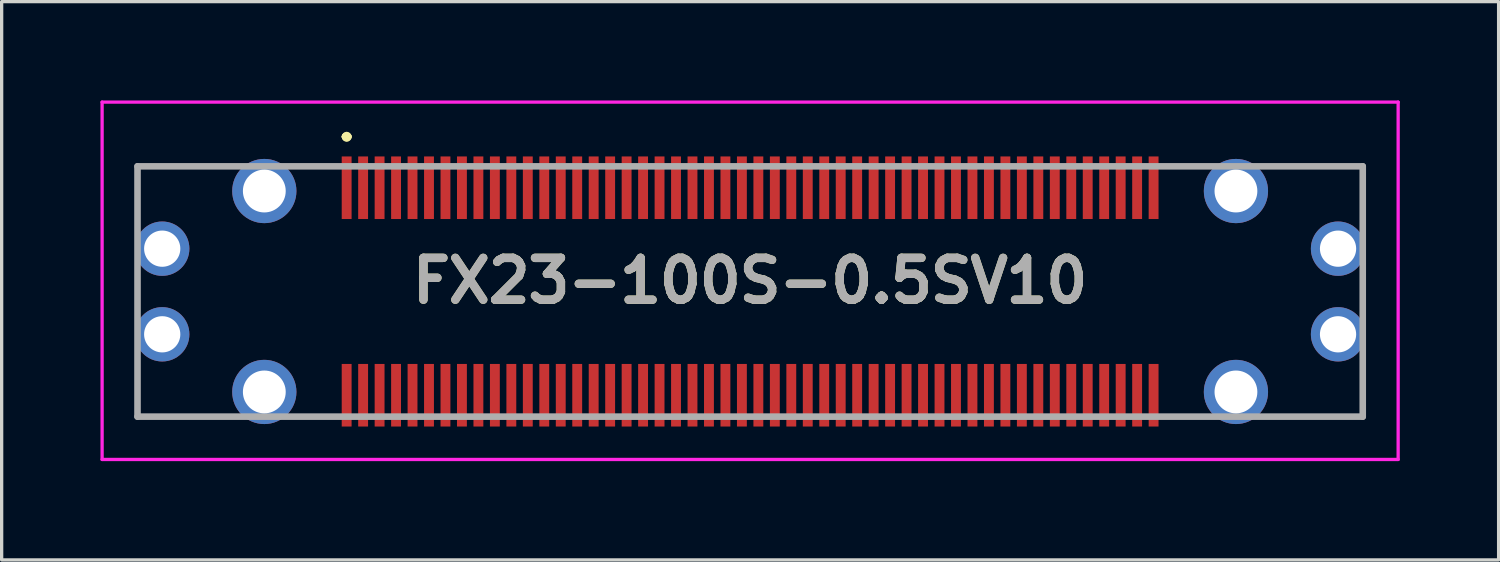
<source format=kicad_pcb>
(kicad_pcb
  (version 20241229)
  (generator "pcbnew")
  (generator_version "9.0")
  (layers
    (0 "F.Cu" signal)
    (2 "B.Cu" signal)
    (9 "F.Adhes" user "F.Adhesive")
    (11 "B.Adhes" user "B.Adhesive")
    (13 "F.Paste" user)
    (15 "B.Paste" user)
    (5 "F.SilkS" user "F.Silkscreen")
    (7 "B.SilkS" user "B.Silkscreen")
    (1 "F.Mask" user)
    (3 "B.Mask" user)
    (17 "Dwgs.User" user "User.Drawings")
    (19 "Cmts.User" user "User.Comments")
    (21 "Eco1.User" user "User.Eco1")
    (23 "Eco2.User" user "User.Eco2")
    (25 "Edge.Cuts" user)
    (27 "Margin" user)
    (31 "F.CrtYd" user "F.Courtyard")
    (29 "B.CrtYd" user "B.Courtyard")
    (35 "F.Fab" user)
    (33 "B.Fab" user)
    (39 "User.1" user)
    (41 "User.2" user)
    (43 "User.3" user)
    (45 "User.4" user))
  (footprint "FX23-100S-0.5SV10"
    (layer "F.Cu")
    (at 19.725 5.8)
    (property "Reference" "FX23-100S-0.5SV10" (at 0 -0.325 0) (layer "F.SilkS") (effects (font (size 1.27 1.27) (thickness 0.254))))
    (attr through_hole)
    (fp_line (start -18.6 -3.8) (end -16.2 -3.8) (stroke (width 0.1) (type solid)) (layer "F.SilkS"))
    (fp_line (start -18.6 -2.4) (end -18.6 -3.8) (stroke (width 0.1) (type solid)) (layer "F.SilkS"))
    (fp_line (start -18.6 2.3) (end -18.6 3.8) (stroke (width 0.1) (type solid)) (layer "F.SilkS"))
    (fp_line (start -18.6 3.8) (end -16 3.8) (stroke (width 0.1) (type solid)) (layer "F.SilkS"))
    (fp_line (start -12.3 -4.7) (end -12.3 -4.7) (stroke (width 0.2) (type solid)) (layer "F.SilkS"))
    (fp_line (start -12.3 -4.7) (end -12.3 -4.7) (stroke (width 0.2) (type solid)) (layer "F.SilkS"))
    (fp_line (start -12.2 -4.7) (end -12.2 -4.7) (stroke (width 0.2) (type solid)) (layer "F.SilkS"))
    (fp_line (start 16.1 -3.8) (end 18.6 -3.8) (stroke (width 0.1) (type solid)) (layer "F.SilkS"))
    (fp_line (start 18.6 -3.8) (end 18.6 -2.4) (stroke (width 0.1) (type solid)) (layer "F.SilkS"))
    (fp_line (start 18.6 2.4) (end 18.6 3.8) (stroke (width 0.1) (type solid)) (layer "F.SilkS"))
    (fp_line (start 18.6 3.8) (end 16.4 3.8) (stroke (width 0.1) (type solid)) (layer "F.SilkS"))
    (fp_arc (start -12.3 -4.7) (mid -12.25 -4.75) (end -12.2 -4.7) (stroke (width 0.2) (type solid)) (layer "F.SilkS"))
    (fp_arc (start -12.2 -4.7) (mid -12.25 -4.65) (end -12.3 -4.7) (stroke (width 0.2) (type solid)) (layer "F.SilkS"))
    (fp_arc (start -12.2 -4.7) (mid -12.25 -4.65) (end -12.3 -4.7) (stroke (width 0.2) (type solid)) (layer "F.SilkS"))
    (fp_line (start -19.675 -5.75) (end 19.675 -5.75) (stroke (width 0.1) (type solid)) (layer "F.CrtYd"))
    (fp_line (start -19.675 5.1) (end -19.675 -5.75) (stroke (width 0.1) (type solid)) (layer "F.CrtYd"))
    (fp_line (start 19.675 -5.75) (end 19.675 5.1) (stroke (width 0.1) (type solid)) (layer "F.CrtYd"))
    (fp_line (start 19.675 5.1) (end -19.675 5.1) (stroke (width 0.1) (type solid)) (layer "F.CrtYd"))
    (fp_line (start -18.6 -3.8) (end -18.6 3.8) (stroke (width 0.2) (type solid)) (layer "F.Fab"))
    (fp_line (start -18.6 3.8) (end 18.6 3.8) (stroke (width 0.2) (type solid)) (layer "F.Fab"))
    (fp_line (start 18.6 -3.8) (end -18.6 -3.8) (stroke (width 0.2) (type solid)) (layer "F.Fab"))
    (fp_line (start 18.6 3.8) (end 18.6 -3.8) (stroke (width 0.2) (type solid)) (layer "F.Fab"))
    (fp_text user "${REFERENCE}" (at 0 -0.325 0) (layer "F.Fab") (effects (font (size 1.27 1.27) (thickness 0.254))))
    (pad "1" smd rect (at -12.25 -3.15) (size 0.3 1.9) (layers "F.Cu" "F.Mask" "F.Paste"))
    (pad "2" smd rect (at -11.75 -3.15) (size 0.3 1.9) (layers "F.Cu" "F.Mask" "F.Paste"))
    (pad "3" smd rect (at -11.25 -3.15) (size 0.3 1.9) (layers "F.Cu" "F.Mask" "F.Paste"))
    (pad "4" smd rect (at -10.75 -3.15) (size 0.3 1.9) (layers "F.Cu" "F.Mask" "F.Paste"))
    (pad "5" smd rect (at -10.25 -3.15) (size 0.3 1.9) (layers "F.Cu" "F.Mask" "F.Paste"))
    (pad "6" smd rect (at -9.75 -3.15) (size 0.3 1.9) (layers "F.Cu" "F.Mask" "F.Paste"))
    (pad "7" smd rect (at -9.25 -3.15) (size 0.3 1.9) (layers "F.Cu" "F.Mask" "F.Paste"))
    (pad "8" smd rect (at -8.75 -3.15) (size 0.3 1.9) (layers "F.Cu" "F.Mask" "F.Paste"))
    (pad "9" smd rect (at -8.25 -3.15) (size 0.3 1.9) (layers "F.Cu" "F.Mask" "F.Paste"))
    (pad "10" smd rect (at -7.75 -3.15) (size 0.3 1.9) (layers "F.Cu" "F.Mask" "F.Paste"))
    (pad "11" smd rect (at -7.25 -3.15) (size 0.3 1.9) (layers "F.Cu" "F.Mask" "F.Paste"))
    (pad "12" smd rect (at -6.75 -3.15) (size 0.3 1.9) (layers "F.Cu" "F.Mask" "F.Paste"))
    (pad "13" smd rect (at -6.25 -3.15) (size 0.3 1.9) (layers "F.Cu" "F.Mask" "F.Paste"))
    (pad "14" smd rect (at -5.75 -3.15) (size 0.3 1.9) (layers "F.Cu" "F.Mask" "F.Paste"))
    (pad "15" smd rect (at -5.25 -3.15) (size 0.3 1.9) (layers "F.Cu" "F.Mask" "F.Paste"))
    (pad "16" smd rect (at -4.75 -3.15) (size 0.3 1.9) (layers "F.Cu" "F.Mask" "F.Paste"))
    (pad "17" smd rect (at -4.25 -3.15) (size 0.3 1.9) (layers "F.Cu" "F.Mask" "F.Paste"))
    (pad "18" smd rect (at -3.75 -3.15) (size 0.3 1.9) (layers "F.Cu" "F.Mask" "F.Paste"))
    (pad "19" smd rect (at -3.25 -3.15) (size 0.3 1.9) (layers "F.Cu" "F.Mask" "F.Paste"))
    (pad "20" smd rect (at -2.75 -3.15) (size 0.3 1.9) (layers "F.Cu" "F.Mask" "F.Paste"))
    (pad "21" smd rect (at -2.25 -3.15) (size 0.3 1.9) (layers "F.Cu" "F.Mask" "F.Paste"))
    (pad "22" smd rect (at -1.75 -3.15) (size 0.3 1.9) (layers "F.Cu" "F.Mask" "F.Paste"))
    (pad "23" smd rect (at -1.25 -3.15) (size 0.3 1.9) (layers "F.Cu" "F.Mask" "F.Paste"))
    (pad "24" smd rect (at -0.75 -3.15) (size 0.3 1.9) (layers "F.Cu" "F.Mask" "F.Paste"))
    (pad "25" smd rect (at -0.25 -3.15) (size 0.3 1.9) (layers "F.Cu" "F.Mask" "F.Paste"))
    (pad "26" smd rect (at 0.25 -3.15) (size 0.3 1.9) (layers "F.Cu" "F.Mask" "F.Paste"))
    (pad "27" smd rect (at 0.75 -3.15) (size 0.3 1.9) (layers "F.Cu" "F.Mask" "F.Paste"))
    (pad "28" smd rect (at 1.25 -3.15) (size 0.3 1.9) (layers "F.Cu" "F.Mask" "F.Paste"))
    (pad "29" smd rect (at 1.75 -3.15) (size 0.3 1.9) (layers "F.Cu" "F.Mask" "F.Paste"))
    (pad "30" smd rect (at 2.25 -3.15) (size 0.3 1.9) (layers "F.Cu" "F.Mask" "F.Paste"))
    (pad "31" smd rect (at 2.75 -3.15) (size 0.3 1.9) (layers "F.Cu" "F.Mask" "F.Paste"))
    (pad "32" smd rect (at 3.25 -3.15) (size 0.3 1.9) (layers "F.Cu" "F.Mask" "F.Paste"))
    (pad "33" smd rect (at 3.75 -3.15) (size 0.3 1.9) (layers "F.Cu" "F.Mask" "F.Paste"))
    (pad "34" smd rect (at 4.25 -3.15) (size 0.3 1.9) (layers "F.Cu" "F.Mask" "F.Paste"))
    (pad "35" smd rect (at 4.75 -3.15) (size 0.3 1.9) (layers "F.Cu" "F.Mask" "F.Paste"))
    (pad "36" smd rect (at 5.25 -3.15) (size 0.3 1.9) (layers "F.Cu" "F.Mask" "F.Paste"))
    (pad "37" smd rect (at 5.75 -3.15) (size 0.3 1.9) (layers "F.Cu" "F.Mask" "F.Paste"))
    (pad "38" smd rect (at 6.25 -3.15) (size 0.3 1.9) (layers "F.Cu" "F.Mask" "F.Paste"))
    (pad "39" smd rect (at 6.75 -3.15) (size 0.3 1.9) (layers "F.Cu" "F.Mask" "F.Paste"))
    (pad "40" smd rect (at 7.25 -3.15) (size 0.3 1.9) (layers "F.Cu" "F.Mask" "F.Paste"))
    (pad "41" smd rect (at 7.75 -3.15) (size 0.3 1.9) (layers "F.Cu" "F.Mask" "F.Paste"))
    (pad "42" smd rect (at 8.25 -3.15) (size 0.3 1.9) (layers "F.Cu" "F.Mask" "F.Paste"))
    (pad "43" smd rect (at 8.75 -3.15) (size 0.3 1.9) (layers "F.Cu" "F.Mask" "F.Paste"))
    (pad "44" smd rect (at 9.25 -3.15) (size 0.3 1.9) (layers "F.Cu" "F.Mask" "F.Paste"))
    (pad "45" smd rect (at 9.75 -3.15) (size 0.3 1.9) (layers "F.Cu" "F.Mask" "F.Paste"))
    (pad "46" smd rect (at 10.25 -3.15) (size 0.3 1.9) (layers "F.Cu" "F.Mask" "F.Paste"))
    (pad "47" smd rect (at 10.75 -3.15) (size 0.3 1.9) (layers "F.Cu" "F.Mask" "F.Paste"))
    (pad "48" smd rect (at 11.25 -3.15) (size 0.3 1.9) (layers "F.Cu" "F.Mask" "F.Paste"))
    (pad "49" smd rect (at 11.75 -3.15) (size 0.3 1.9) (layers "F.Cu" "F.Mask" "F.Paste"))
    (pad "50" smd rect (at 12.25 -3.15) (size 0.3 1.9) (layers "F.Cu" "F.Mask" "F.Paste"))
    (pad "51" smd rect (at -12.25 3.15) (size 0.3 1.9) (layers "F.Cu" "F.Mask" "F.Paste"))
    (pad "52" smd rect (at -11.75 3.15) (size 0.3 1.9) (layers "F.Cu" "F.Mask" "F.Paste"))
    (pad "53" smd rect (at -11.25 3.15) (size 0.3 1.9) (layers "F.Cu" "F.Mask" "F.Paste"))
    (pad "54" smd rect (at -10.75 3.15) (size 0.3 1.9) (layers "F.Cu" "F.Mask" "F.Paste"))
    (pad "55" smd rect (at -10.25 3.15) (size 0.3 1.9) (layers "F.Cu" "F.Mask" "F.Paste"))
    (pad "56" smd rect (at -9.75 3.15) (size 0.3 1.9) (layers "F.Cu" "F.Mask" "F.Paste"))
    (pad "57" smd rect (at -9.25 3.15) (size 0.3 1.9) (layers "F.Cu" "F.Mask" "F.Paste"))
    (pad "58" smd rect (at -8.75 3.15) (size 0.3 1.9) (layers "F.Cu" "F.Mask" "F.Paste"))
    (pad "59" smd rect (at -8.25 3.15) (size 0.3 1.9) (layers "F.Cu" "F.Mask" "F.Paste"))
    (pad "60" smd rect (at -7.75 3.15) (size 0.3 1.9) (layers "F.Cu" "F.Mask" "F.Paste"))
    (pad "61" smd rect (at -7.25 3.15) (size 0.3 1.9) (layers "F.Cu" "F.Mask" "F.Paste"))
    (pad "62" smd rect (at -6.75 3.15) (size 0.3 1.9) (layers "F.Cu" "F.Mask" "F.Paste"))
    (pad "63" smd rect (at -6.25 3.15) (size 0.3 1.9) (layers "F.Cu" "F.Mask" "F.Paste"))
    (pad "64" smd rect (at -5.75 3.15) (size 0.3 1.9) (layers "F.Cu" "F.Mask" "F.Paste"))
    (pad "65" smd rect (at -5.25 3.15) (size 0.3 1.9) (layers "F.Cu" "F.Mask" "F.Paste"))
    (pad "66" smd rect (at -4.75 3.15) (size 0.3 1.9) (layers "F.Cu" "F.Mask" "F.Paste"))
    (pad "67" smd rect (at -4.25 3.15) (size 0.3 1.9) (layers "F.Cu" "F.Mask" "F.Paste"))
    (pad "68" smd rect (at -3.75 3.15) (size 0.3 1.9) (layers "F.Cu" "F.Mask" "F.Paste"))
    (pad "69" smd rect (at -3.25 3.15) (size 0.3 1.9) (layers "F.Cu" "F.Mask" "F.Paste"))
    (pad "70" smd rect (at -2.75 3.15) (size 0.3 1.9) (layers "F.Cu" "F.Mask" "F.Paste"))
    (pad "71" smd rect (at -2.25 3.15) (size 0.3 1.9) (layers "F.Cu" "F.Mask" "F.Paste"))
    (pad "72" smd rect (at -1.75 3.15) (size 0.3 1.9) (layers "F.Cu" "F.Mask" "F.Paste"))
    (pad "73" smd rect (at -1.25 3.15) (size 0.3 1.9) (layers "F.Cu" "F.Mask" "F.Paste"))
    (pad "74" smd rect (at -0.75 3.15) (size 0.3 1.9) (layers "F.Cu" "F.Mask" "F.Paste"))
    (pad "75" smd rect (at -0.25 3.15) (size 0.3 1.9) (layers "F.Cu" "F.Mask" "F.Paste"))
    (pad "76" smd rect (at 0.25 3.15) (size 0.3 1.9) (layers "F.Cu" "F.Mask" "F.Paste"))
    (pad "77" smd rect (at 0.75 3.15) (size 0.3 1.9) (layers "F.Cu" "F.Mask" "F.Paste"))
    (pad "78" smd rect (at 1.25 3.15) (size 0.3 1.9) (layers "F.Cu" "F.Mask" "F.Paste"))
    (pad "79" smd rect (at 1.75 3.15) (size 0.3 1.9) (layers "F.Cu" "F.Mask" "F.Paste"))
    (pad "80" smd rect (at 2.25 3.15) (size 0.3 1.9) (layers "F.Cu" "F.Mask" "F.Paste"))
    (pad "81" smd rect (at 2.75 3.15) (size 0.3 1.9) (layers "F.Cu" "F.Mask" "F.Paste"))
    (pad "82" smd rect (at 3.25 3.15) (size 0.3 1.9) (layers "F.Cu" "F.Mask" "F.Paste"))
    (pad "83" smd rect (at 3.75 3.15) (size 0.3 1.9) (layers "F.Cu" "F.Mask" "F.Paste"))
    (pad "84" smd rect (at 4.25 3.15) (size 0.3 1.9) (layers "F.Cu" "F.Mask" "F.Paste"))
    (pad "85" smd rect (at 4.75 3.15) (size 0.3 1.9) (layers "F.Cu" "F.Mask" "F.Paste"))
    (pad "86" smd rect (at 5.25 3.15) (size 0.3 1.9) (layers "F.Cu" "F.Mask" "F.Paste"))
    (pad "87" smd rect (at 5.75 3.15) (size 0.3 1.9) (layers "F.Cu" "F.Mask" "F.Paste"))
    (pad "88" smd rect (at 6.25 3.15) (size 0.3 1.9) (layers "F.Cu" "F.Mask" "F.Paste"))
    (pad "89" smd rect (at 6.75 3.15) (size 0.3 1.9) (layers "F.Cu" "F.Mask" "F.Paste"))
    (pad "90" smd rect (at 7.25 3.15) (size 0.3 1.9) (layers "F.Cu" "F.Mask" "F.Paste"))
    (pad "91" smd rect (at 7.75 3.15) (size 0.3 1.9) (layers "F.Cu" "F.Mask" "F.Paste"))
    (pad "92" smd rect (at 8.25 3.15) (size 0.3 1.9) (layers "F.Cu" "F.Mask" "F.Paste"))
    (pad "93" smd rect (at 8.75 3.15) (size 0.3 1.9) (layers "F.Cu" "F.Mask" "F.Paste"))
    (pad "94" smd rect (at 9.25 3.15) (size 0.3 1.9) (layers "F.Cu" "F.Mask" "F.Paste"))
    (pad "95" smd rect (at 9.75 3.15) (size 0.3 1.9) (layers "F.Cu" "F.Mask" "F.Paste"))
    (pad "96" smd rect (at 10.25 3.15) (size 0.3 1.9) (layers "F.Cu" "F.Mask" "F.Paste"))
    (pad "97" smd rect (at 10.75 3.15) (size 0.3 1.9) (layers "F.Cu" "F.Mask" "F.Paste"))
    (pad "98" smd rect (at 11.25 3.15) (size 0.3 1.9) (layers "F.Cu" "F.Mask" "F.Paste"))
    (pad "99" smd rect (at 11.75 3.15) (size 0.3 1.9) (layers "F.Cu" "F.Mask" "F.Paste"))
    (pad "100" smd rect (at 12.25 3.15) (size 0.3 1.9) (layers "F.Cu" "F.Mask" "F.Paste"))
    (pad "MH1" thru_hole circle (at -17.85 -1.3) (size 1.65 1.65) (drill 1.1) (layers "*.Cu" "*.Mask"))
    (pad "MH2" thru_hole circle (at 17.85 -1.3) (size 1.65 1.65) (drill 1.1) (layers "*.Cu" "*.Mask"))
    (pad "MH3" thru_hole circle (at -17.85 1.3) (size 1.65 1.65) (drill 1.1) (layers "*.Cu" "*.Mask"))
    (pad "MH4" thru_hole circle (at 17.85 1.3) (size 1.65 1.65) (drill 1.1) (layers "*.Cu" "*.Mask"))
    (pad "P1" thru_hole circle (at -14.75 -3.05) (size 1.95 1.95) (drill 1.3) (layers "*.Cu" "*.Mask"))
    (pad "P2" thru_hole circle (at 14.75 -3.05) (size 1.95 1.95) (drill 1.3) (layers "*.Cu" "*.Mask"))
    (pad "P3" thru_hole circle (at -14.75 3.05) (size 1.95 1.95) (drill 1.3) (layers "*.Cu" "*.Mask"))
    (pad "P4" thru_hole circle (at 14.75 3.05) (size 1.95 1.95) (drill 1.3) (layers "*.Cu" "*.Mask")))
  (gr_rect
    (start -3 -3)
    (end 42.45 13.95)
    (stroke (width 0.1) (type default))
    (fill no)
    (layer "Edge.Cuts")))
</source>
